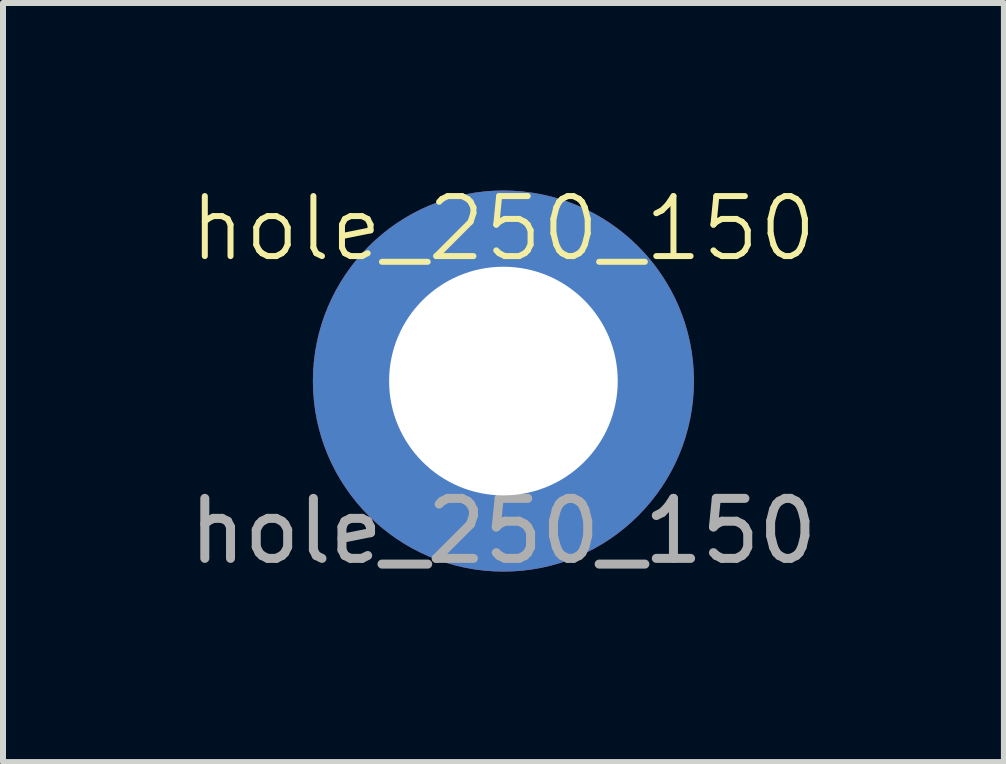
<source format=kicad_pcb>
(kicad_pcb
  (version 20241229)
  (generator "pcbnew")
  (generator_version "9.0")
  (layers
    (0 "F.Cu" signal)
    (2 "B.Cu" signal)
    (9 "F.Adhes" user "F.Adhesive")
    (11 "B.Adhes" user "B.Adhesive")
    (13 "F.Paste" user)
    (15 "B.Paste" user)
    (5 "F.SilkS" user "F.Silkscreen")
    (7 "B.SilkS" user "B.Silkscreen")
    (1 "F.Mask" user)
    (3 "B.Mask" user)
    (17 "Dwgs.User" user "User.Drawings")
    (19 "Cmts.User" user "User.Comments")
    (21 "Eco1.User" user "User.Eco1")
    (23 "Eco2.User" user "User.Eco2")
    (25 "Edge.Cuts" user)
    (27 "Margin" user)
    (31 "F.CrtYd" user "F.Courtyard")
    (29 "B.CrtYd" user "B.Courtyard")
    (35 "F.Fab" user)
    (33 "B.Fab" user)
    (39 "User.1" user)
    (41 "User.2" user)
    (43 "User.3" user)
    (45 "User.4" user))
  (footprint "hole_250_150"
    (layer "F.Cu")
    (at 5.339 3.3)
    (property "Reference" "hole_250_150" (at 0 -2.54 0) (unlocked yes) (layer "F.SilkS") (effects (font (size 1 1) (thickness 0.1))))
    (attr through_hole)
    (fp_text user "${REFERENCE}" (at 0 2.5 0) (unlocked yes) (layer "F.Fab") (effects (font (size 1 1) (thickness 0.15))))
    (pad "1" thru_hole circle (at 0 0) (size 6.35 6.35) (drill 3.81) (layers "*.Cu" "*.Mask")))
  (gr_rect
    (start -3 -3)
    (end 13.679 9.649)
    (stroke (width 0.1) (type default))
    (fill no)
    (layer "Edge.Cuts")))
</source>
